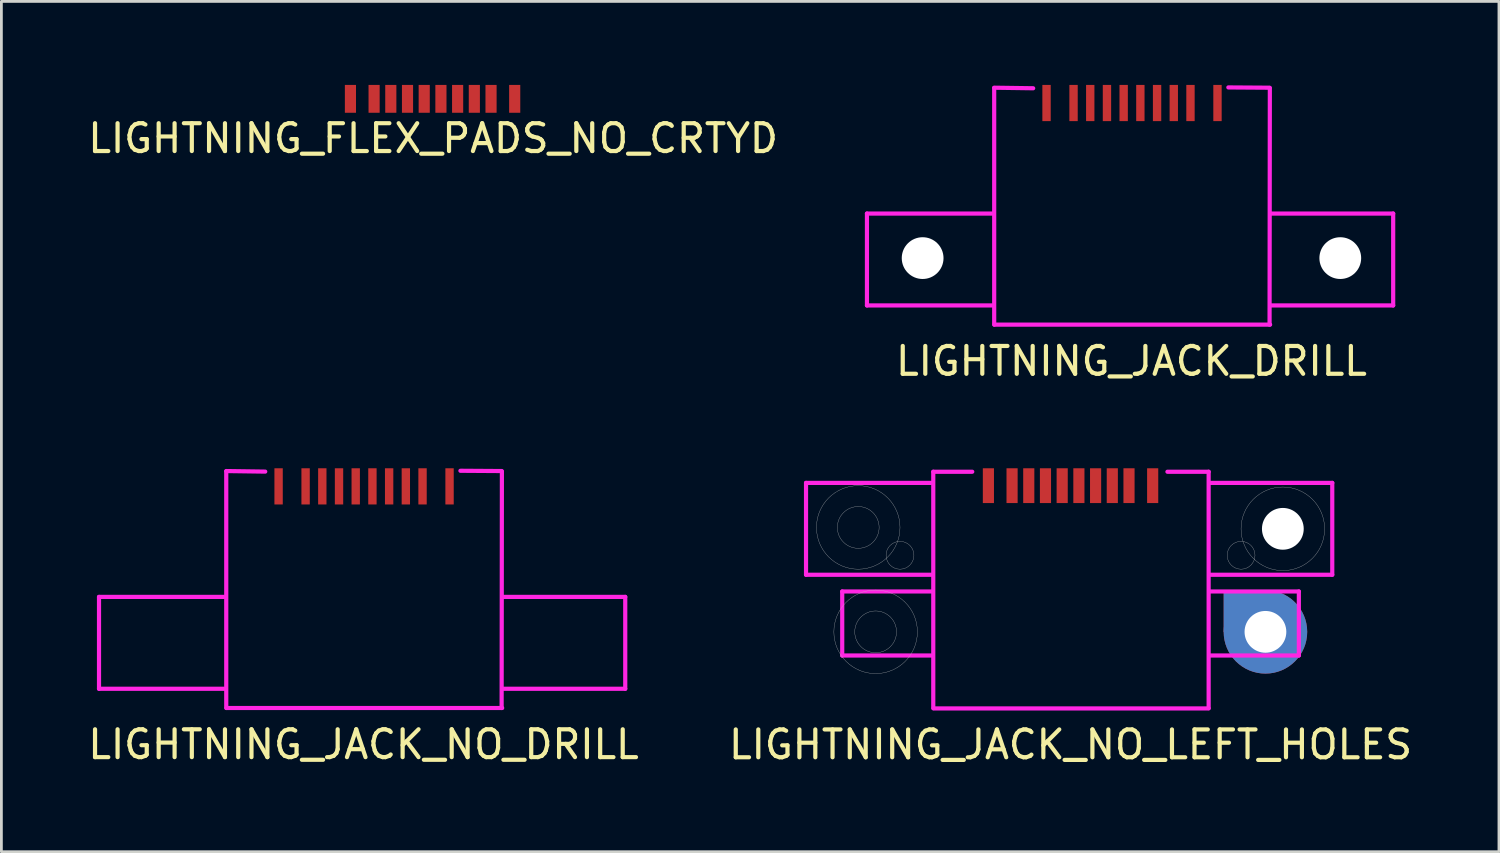
<source format=kicad_pcb>
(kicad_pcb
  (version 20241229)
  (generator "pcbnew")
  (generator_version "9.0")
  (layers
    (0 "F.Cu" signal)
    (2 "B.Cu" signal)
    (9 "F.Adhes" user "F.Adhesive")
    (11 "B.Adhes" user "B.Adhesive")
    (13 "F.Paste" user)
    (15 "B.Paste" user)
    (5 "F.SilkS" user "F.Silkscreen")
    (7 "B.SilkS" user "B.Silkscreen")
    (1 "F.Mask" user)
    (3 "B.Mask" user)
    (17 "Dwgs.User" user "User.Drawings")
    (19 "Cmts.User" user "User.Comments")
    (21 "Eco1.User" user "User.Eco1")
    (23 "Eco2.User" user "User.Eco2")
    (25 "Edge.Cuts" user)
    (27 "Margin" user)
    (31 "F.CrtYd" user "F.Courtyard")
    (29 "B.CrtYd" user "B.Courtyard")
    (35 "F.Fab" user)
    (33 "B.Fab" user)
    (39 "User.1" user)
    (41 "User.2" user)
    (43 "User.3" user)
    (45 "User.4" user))
  (footprint "LIGHTNING_JACK_DRILL"
    (layer "F.Cu")
    (at 37.587 4.37)
    (property "Reference" "LIGHTNING_JACK_DRILL" (at 0 5.55 0) (layer "F.SilkS") (effects (font (size 1 1) (thickness 0.15))))
    (attr through_hole)
    (fp_line (start -9.5 0.25) (end -9.5 3.55) (stroke (width 0.15) (type solid)) (layer "F.CrtYd"))
    (fp_line (start -9.5 0.25) (end -5 0.25) (stroke (width 0.15) (type solid)) (layer "F.CrtYd"))
    (fp_line (start -9.5 3.55) (end -5 3.55) (stroke (width 0.15) (type solid)) (layer "F.CrtYd"))
    (fp_line (start -4.93 -4.27) (end -3.53 -4.25) (stroke (width 0.15) (type solid)) (layer "F.CrtYd"))
    (fp_line (start -4.93 -4.26) (end -4.93 4.24) (stroke (width 0.15) (type solid)) (layer "F.CrtYd"))
    (fp_line (start -4.92 4.24) (end 4.98 4.24) (stroke (width 0.15) (type solid)) (layer "F.CrtYd"))
    (fp_line (start 4.96 -4.27) (end 3.48 -4.28) (stroke (width 0.15) (type solid)) (layer "F.CrtYd"))
    (fp_line (start 4.96 4.24) (end 4.97 -4.26) (stroke (width 0.15) (type solid)) (layer "F.CrtYd"))
    (fp_line (start 9.4 0.25) (end 5 0.25) (stroke (width 0.15) (type solid)) (layer "F.CrtYd"))
    (fp_line (start 9.4 0.25) (end 9.4 3.55) (stroke (width 0.15) (type solid)) (layer "F.CrtYd"))
    (fp_line (start 9.4 3.55) (end 5 3.55) (stroke (width 0.15) (type solid)) (layer "F.CrtYd"))
    (pad "" np_thru_hole circle (at -7.5 1.85) (size 1.5 1.5) (drill 1.5) (layers "F.Cu"))
    (pad "" np_thru_hole circle (at 7.5 1.85) (size 1.5 1.5) (drill 1.5) (layers "F.Cu"))
    (pad "1" smd rect (at -3.05 -3.72) (size 0.3 1.3) (layers "F.Cu" "F.Mask" "F.Paste"))
    (pad "2" smd rect (at -2.08 -3.72) (size 0.3 1.3) (layers "F.Cu" "F.Mask" "F.Paste"))
    (pad "3" smd rect (at -1.48 -3.72) (size 0.3 1.3) (layers "F.Cu" "F.Mask" "F.Paste"))
    (pad "4" smd rect (at -0.88 -3.72) (size 0.3 1.3) (layers "F.Cu" "F.Mask" "F.Paste"))
    (pad "5" smd rect (at -0.28 -3.72) (size 0.3 1.3) (layers "F.Cu" "F.Mask" "F.Paste"))
    (pad "6" smd rect (at 0.32 -3.72) (size 0.3 1.3) (layers "F.Cu" "F.Mask" "F.Paste"))
    (pad "7" smd rect (at 0.92 -3.72) (size 0.3 1.3) (layers "F.Cu" "F.Mask" "F.Paste"))
    (pad "8" smd rect (at 1.52 -3.72) (size 0.3 1.3) (layers "F.Cu" "F.Mask" "F.Paste"))
    (pad "9" smd rect (at 2.12 -3.72) (size 0.3 1.3) (layers "F.Cu" "F.Mask" "F.Paste"))
    (pad "10" smd rect (at 3.09 -3.72) (size 0.3 1.3) (layers "F.Cu" "F.Mask" "F.Paste")))
  (footprint "LIGHTNING_JACK_NO_LEFT_HOLES"
    (layer "F.Cu")
    (at 35.399 18.143)
    (property "Reference" "LIGHTNING_JACK_NO_LEFT_HOLES" (at 0 5.55 0) (layer "F.SilkS") (effects (font (size 1 1) (thickness 0.15))))
    (attr through_hole)
    (fp_circle (center -7.625 -2.25) (end -9.125 -2.25) (stroke (width 0.01) (type solid)) (fill no) (layer "Dwgs.User"))
    (fp_circle (center -7.625 -2.25) (end -6.875 -2.25) (stroke (width 0.01) (type solid)) (fill no) (layer "Dwgs.User"))
    (fp_circle (center -7 1.5) (end -6.25 1.5) (stroke (width 0.01) (type solid)) (fill no) (layer "Dwgs.User"))
    (fp_circle (center -7 1.5) (end -5.5 1.5) (stroke (width 0.01) (type solid)) (fill no) (layer "Dwgs.User"))
    (fp_circle (center -6.125 -1.25) (end -5.625 -1.25) (stroke (width 0.01) (type solid)) (fill no) (layer "Dwgs.User"))
    (fp_circle (center 6.125 -1.25) (end 6.625 -1.25) (stroke (width 0.01) (type solid)) (fill no) (layer "Dwgs.User"))
    (fp_circle (center 7.625 -2.2) (end 9.125 -2.15) (stroke (width 0.01) (type solid)) (fill no) (layer "Dwgs.User"))
    (fp_line (start -9.5 -3.85) (end -9.5 -0.55) (stroke (width 0.15) (type solid)) (layer "F.CrtYd"))
    (fp_line (start -9.5 -3.85) (end -5 -3.85) (stroke (width 0.15) (type solid)) (layer "F.CrtYd"))
    (fp_line (start -9.5 -0.55) (end -5 -0.55) (stroke (width 0.15) (type solid)) (layer "F.CrtYd"))
    (fp_line (start -8.2 0.05) (end -8.2 2.35) (stroke (width 0.15) (type solid)) (layer "F.CrtYd"))
    (fp_line (start -8.2 2.35) (end -5 2.35) (stroke (width 0.15) (type solid)) (layer "F.CrtYd"))
    (fp_line (start -5 0.05) (end -8.2 0.05) (stroke (width 0.15) (type solid)) (layer "F.CrtYd"))
    (fp_line (start -4.93 -4.25) (end -4.93 4.24) (stroke (width 0.15) (type solid)) (layer "F.CrtYd"))
    (fp_line (start -4.93 -4.25) (end -3.53 -4.25) (stroke (width 0.15) (type solid)) (layer "F.CrtYd"))
    (fp_line (start -4.92 4.25) (end 4.96 4.25) (stroke (width 0.15) (type solid)) (layer "F.CrtYd"))
    (fp_line (start 4.96 -4.25) (end 3.48 -4.25) (stroke (width 0.15) (type solid)) (layer "F.CrtYd"))
    (fp_line (start 4.96 4.24) (end 4.96 -4.25) (stroke (width 0.15) (type solid)) (layer "F.CrtYd"))
    (fp_line (start 5 0.05) (end 8.2 0.05) (stroke (width 0.15) (type solid)) (layer "F.CrtYd"))
    (fp_line (start 8.2 0.05) (end 8.2 2.35) (stroke (width 0.15) (type solid)) (layer "F.CrtYd"))
    (fp_line (start 8.2 2.35) (end 5 2.35) (stroke (width 0.15) (type solid)) (layer "F.CrtYd"))
    (fp_line (start 9.4 -3.85) (end 5 -3.85) (stroke (width 0.15) (type solid)) (layer "F.CrtYd"))
    (fp_line (start 9.4 -3.85) (end 9.4 -0.55) (stroke (width 0.15) (type solid)) (layer "F.CrtYd"))
    (fp_line (start 9.4 -0.55) (end 5 -0.55) (stroke (width 0.15) (type solid)) (layer "F.CrtYd"))
    (pad "" smd rect (at 6.25 0.75) (size 1.5 1.5) (layers "F.Cu" "F.Mask" "F.Paste"))
    (pad "" smd rect (at 6.25 0.75) (size 1.5 1.5) (layers "B.Cu" "B.Mask" "B.Paste"))
    (pad "" np_thru_hole circle (at 7 1.5) (size 3 3) (drill 1.5) (layers "*.Cu" "*.Paste" "*.Mask"))
    (pad "" np_thru_hole circle (at 7.625 -2.2) (size 1.5 1.5) (drill 1.5) (layers "*.Cu" "*.Paste" "*.Mask"))
    (pad "1" smd rect (at -2.95 -3.75) (size 0.4 1.25) (layers "F.Cu" "F.Mask" "F.Paste"))
    (pad "2" smd rect (at -2.1 -3.75) (size 0.4 1.25) (layers "F.Cu" "F.Mask" "F.Paste"))
    (pad "3" smd rect (at -1.5 -3.75) (size 0.4 1.25) (layers "F.Cu" "F.Mask" "F.Paste"))
    (pad "4" smd rect (at -0.9 -3.75) (size 0.4 1.25) (layers "F.Cu" "F.Mask" "F.Paste"))
    (pad "5" smd rect (at -0.3 -3.75) (size 0.4 1.25) (layers "F.Cu" "F.Mask" "F.Paste"))
    (pad "6" smd rect (at 0.3 -3.75) (size 0.4 1.25) (layers "F.Cu" "F.Mask" "F.Paste"))
    (pad "7" smd rect (at 0.9 -3.75) (size 0.4 1.25) (layers "F.Cu" "F.Mask" "F.Paste"))
    (pad "8" smd rect (at 1.5 -3.75) (size 0.4 1.25) (layers "F.Cu" "F.Mask" "F.Paste"))
    (pad "9" smd rect (at 2.1 -3.75) (size 0.4 1.25) (layers "F.Cu" "F.Mask" "F.Paste"))
    (pad "10" smd rect (at 2.95 -3.75) (size 0.4 1.25) (layers "F.Cu" "F.Mask" "F.Paste")))
  (footprint "LIGHTNING_JACK_NO_DRILL"
    (layer "F.Cu")
    (at 10.006 18.138)
    (property "Reference" "LIGHTNING_JACK_NO_DRILL" (at 0 5.55 0) (layer "F.SilkS") (effects (font (size 1 1) (thickness 0.15))))
    (attr through_hole)
    (fp_line (start -9.5 0.25) (end -9.5 3.55) (stroke (width 0.15) (type solid)) (layer "F.CrtYd"))
    (fp_line (start -9.5 0.25) (end -5 0.25) (stroke (width 0.15) (type solid)) (layer "F.CrtYd"))
    (fp_line (start -9.5 3.55) (end -5 3.55) (stroke (width 0.15) (type solid)) (layer "F.CrtYd"))
    (fp_line (start -4.93 -4.27) (end -3.53 -4.25) (stroke (width 0.15) (type solid)) (layer "F.CrtYd"))
    (fp_line (start -4.93 -4.26) (end -4.93 4.24) (stroke (width 0.15) (type solid)) (layer "F.CrtYd"))
    (fp_line (start -4.92 4.24) (end 4.98 4.24) (stroke (width 0.15) (type solid)) (layer "F.CrtYd"))
    (fp_line (start 4.96 -4.27) (end 3.48 -4.28) (stroke (width 0.15) (type solid)) (layer "F.CrtYd"))
    (fp_line (start 4.96 4.24) (end 4.97 -4.26) (stroke (width 0.15) (type solid)) (layer "F.CrtYd"))
    (fp_line (start 9.4 0.25) (end 5 0.25) (stroke (width 0.15) (type solid)) (layer "F.CrtYd"))
    (fp_line (start 9.4 0.25) (end 9.4 3.55) (stroke (width 0.15) (type solid)) (layer "F.CrtYd"))
    (fp_line (start 9.4 3.55) (end 5 3.55) (stroke (width 0.15) (type solid)) (layer "F.CrtYd"))
    (pad "1" smd rect (at -3.05 -3.72) (size 0.3 1.3) (layers "F.Cu" "F.Mask" "F.Paste"))
    (pad "2" smd rect (at -2.08 -3.72) (size 0.3 1.3) (layers "F.Cu" "F.Mask" "F.Paste"))
    (pad "3" smd rect (at -1.48 -3.72) (size 0.3 1.3) (layers "F.Cu" "F.Mask" "F.Paste"))
    (pad "4" smd rect (at -0.88 -3.72) (size 0.3 1.3) (layers "F.Cu" "F.Mask" "F.Paste"))
    (pad "5" smd rect (at -0.28 -3.72) (size 0.3 1.3) (layers "F.Cu" "F.Mask" "F.Paste"))
    (pad "6" smd rect (at 0.32 -3.72) (size 0.3 1.3) (layers "F.Cu" "F.Mask" "F.Paste"))
    (pad "7" smd rect (at 0.92 -3.72) (size 0.3 1.3) (layers "F.Cu" "F.Mask" "F.Paste"))
    (pad "8" smd rect (at 1.52 -3.72) (size 0.3 1.3) (layers "F.Cu" "F.Mask" "F.Paste"))
    (pad "9" smd rect (at 2.12 -3.72) (size 0.3 1.3) (layers "F.Cu" "F.Mask" "F.Paste"))
    (pad "10" smd rect (at 3.09 -3.72) (size 0.3 1.3) (layers "F.Cu" "F.Mask" "F.Paste")))
  (footprint "LIGHTNING_FLEX_PADS_NO_CRTYD"
    (layer "F.Cu")
    (at 12.486 1)
    (property "Reference" "LIGHTNING_FLEX_PADS_NO_CRTYD" (at 0.02 0.92 0) (layer "F.SilkS") (effects (font (size 1 1) (thickness 0.15))))
    (attr through_hole)
    (pad "1" smd rect (at -2.95 -0.5) (size 0.4 1) (layers "F.Cu" "F.Mask" "F.Paste"))
    (pad "2" smd rect (at -2.1 -0.5) (size 0.4 1) (layers "F.Cu" "F.Mask" "F.Paste"))
    (pad "3" smd rect (at -1.5 -0.5) (size 0.4 1) (layers "F.Cu" "F.Mask" "F.Paste"))
    (pad "4" smd rect (at -0.9 -0.5) (size 0.4 1) (layers "F.Cu" "F.Mask" "F.Paste"))
    (pad "5" smd rect (at -0.3 -0.5) (size 0.4 1) (layers "F.Cu" "F.Mask" "F.Paste"))
    (pad "6" smd rect (at 0.3 -0.5) (size 0.4 1) (layers "F.Cu" "F.Mask" "F.Paste"))
    (pad "7" smd rect (at 0.9 -0.5) (size 0.4 1) (layers "F.Cu" "F.Mask" "F.Paste"))
    (pad "8" smd rect (at 1.5 -0.5) (size 0.4 1) (layers "F.Cu" "F.Mask" "F.Paste"))
    (pad "9" smd rect (at 2.1 -0.5) (size 0.4 1) (layers "F.Cu" "F.Mask" "F.Paste"))
    (pad "10" smd rect (at 2.95 -0.5) (size 0.4 1) (layers "F.Cu" "F.Mask" "F.Paste")))
  (gr_rect
    (start -3 -3)
    (end 50.786 27.541)
    (stroke (width 0.1) (type default))
    (fill no)
    (layer "Edge.Cuts")))
</source>
